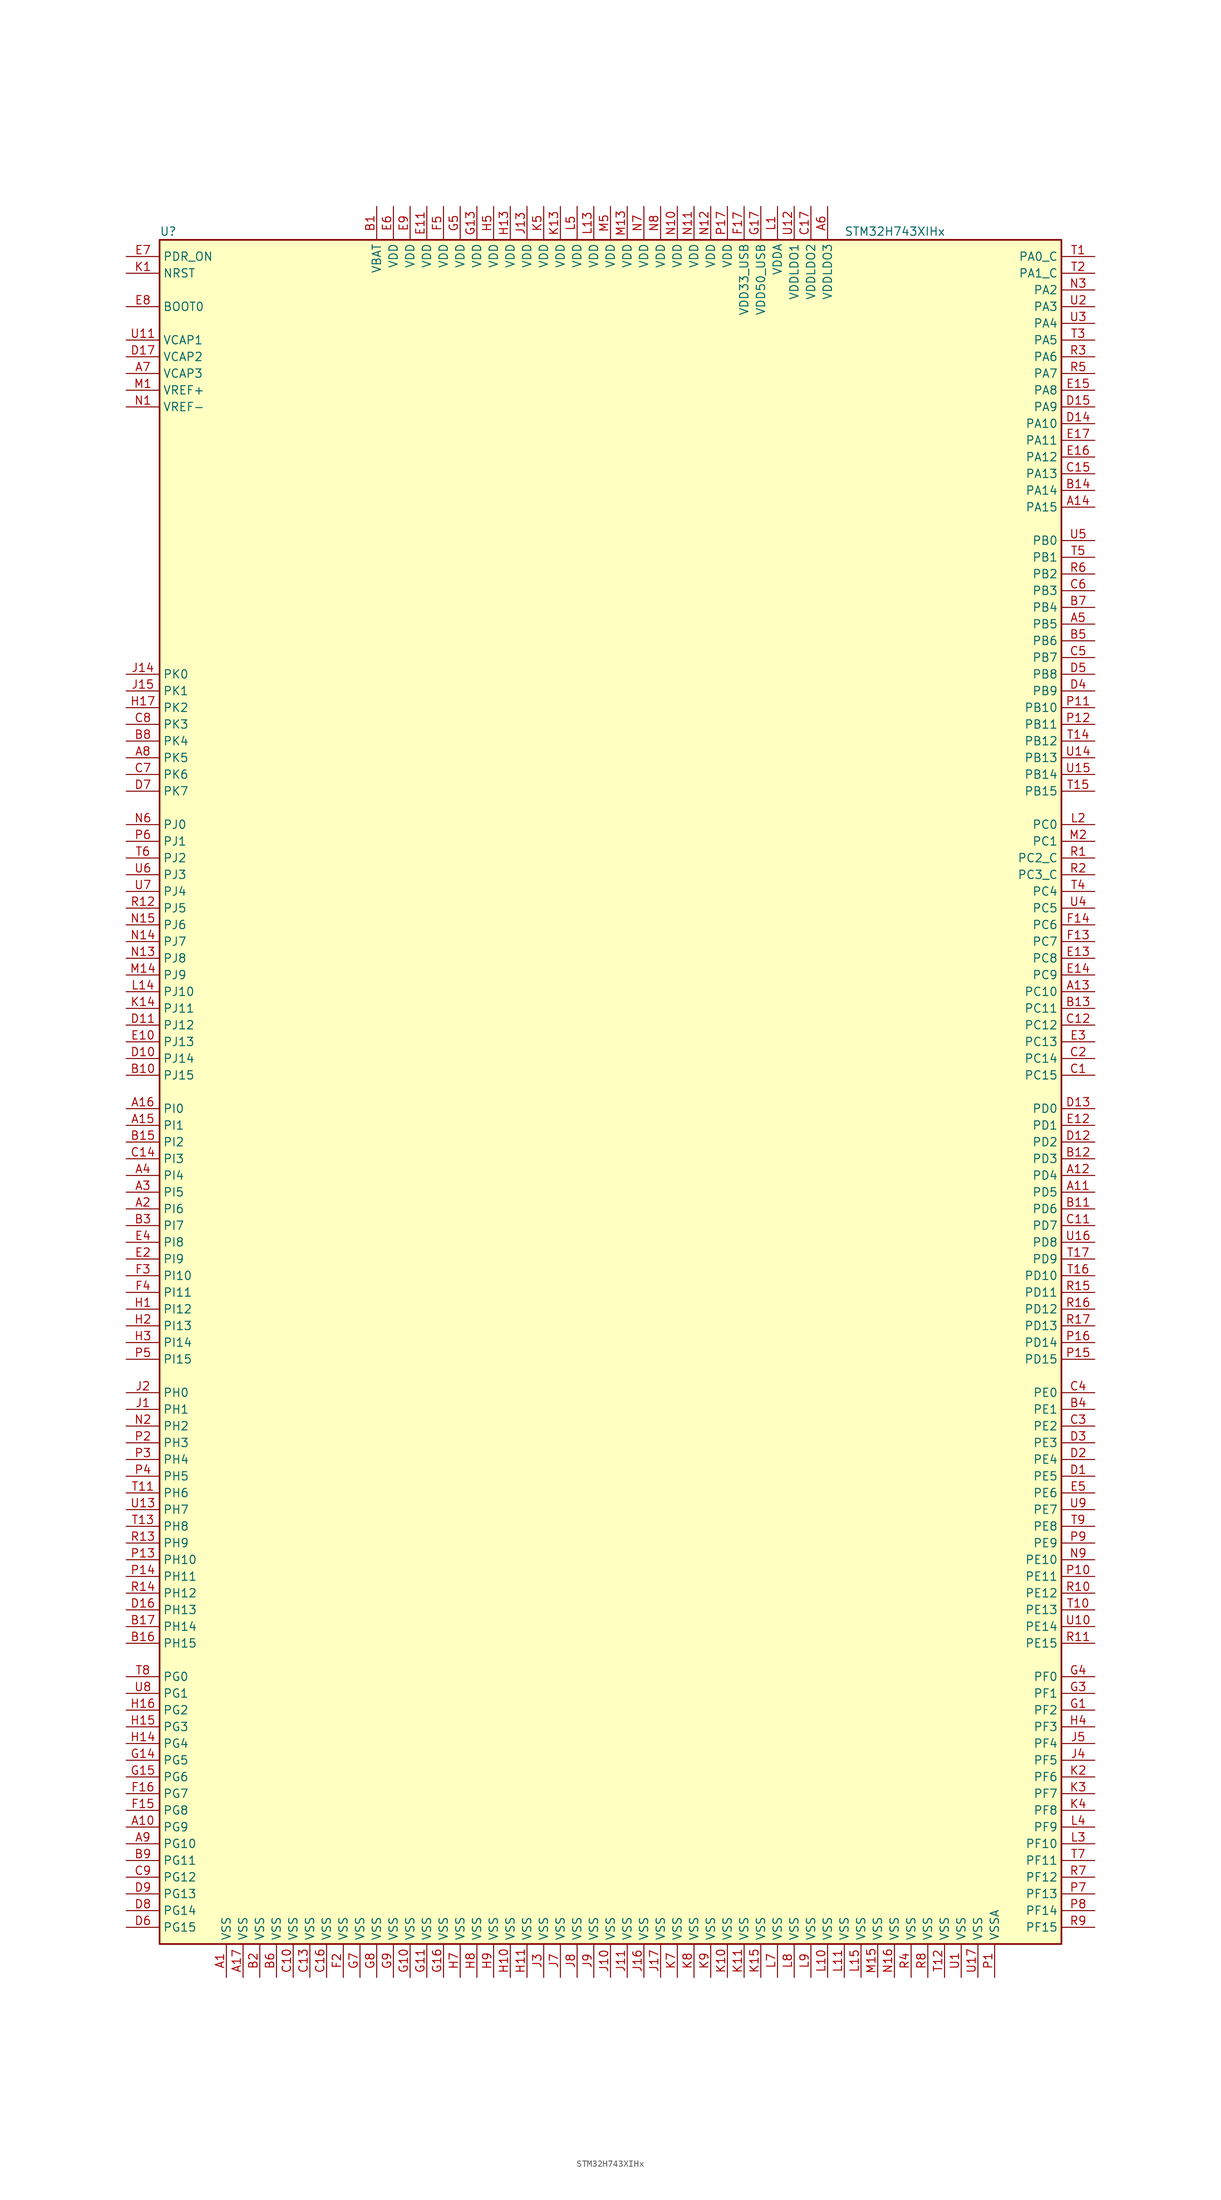
<source format=kicad_sym>
(kicad_symbol_lib
  (version 20200908)
  (generator kicad_symbol_editor)
  (symbol "MCU_ST_STM32H7:STM32H743XIHx"
    (property "Reference" "U"
      (at -68.58 130.81 0)
      (effects (font (size 1.27 1.27)) (justify left)))
    (property "Value" "STM32H743XIHx"
      (at 35.56 130.81 0)
      (effects (font (size 1.27 1.27)) (justify left)))
    (symbol "STM32H743XIHx_0_1"
      (rectangle (start -68.58 -129.54) (end 68.58 129.54) (stroke (width 0.254)) (fill (type background))))
    (symbol "STM32H743XIHx_1_1"
      (pin input line (at -73.66 119.38 0) (length 5.08) (name "BOOT0" (effects (font (size 1.27 1.27)))) (number "E8" (effects (font (size 1.27 1.27)))))
      (pin unconnected line (at -68.58 -127 0) (length 5.08) hide (name "NC" (effects (font (size 1.27 1.27)))) (number "E1" (effects (font (size 1.27 1.27)))))
      (pin unconnected line (at -68.58 -124.46 0) (length 5.08) hide (name "NC" (effects (font (size 1.27 1.27)))) (number "F1" (effects (font (size 1.27 1.27)))))
      (pin unconnected line (at -68.58 -121.92 0) (length 5.08) hide (name "NC" (effects (font (size 1.27 1.27)))) (number "G2" (effects (font (size 1.27 1.27)))))
      (pin unconnected line (at -68.58 -119.38 0) (length 5.08) hide (name "NC" (effects (font (size 1.27 1.27)))) (number "K16" (effects (font (size 1.27 1.27)))))
      (pin unconnected line (at -68.58 -116.84 0) (length 5.08) hide (name "NC" (effects (font (size 1.27 1.27)))) (number "K17" (effects (font (size 1.27 1.27)))))
      (pin unconnected line (at -68.58 -114.3 0) (length 5.08) hide (name "NC" (effects (font (size 1.27 1.27)))) (number "L16" (effects (font (size 1.27 1.27)))))
      (pin unconnected line (at -68.58 -111.76 0) (length 5.08) hide (name "NC" (effects (font (size 1.27 1.27)))) (number "L17" (effects (font (size 1.27 1.27)))))
      (pin unconnected line (at -68.58 -109.22 0) (length 5.08) hide (name "NC" (effects (font (size 1.27 1.27)))) (number "M16" (effects (font (size 1.27 1.27)))))
      (pin unconnected line (at -68.58 -106.68 0) (length 5.08) hide (name "NC" (effects (font (size 1.27 1.27)))) (number "M17" (effects (font (size 1.27 1.27)))))
      (pin unconnected line (at -68.58 -104.14 0) (length 5.08) hide (name "NC" (effects (font (size 1.27 1.27)))) (number "N17" (effects (font (size 1.27 1.27)))))
      (pin input line (at -73.66 124.46 0) (length 5.08) (name "NRST" (effects (font (size 1.27 1.27)))) (number "K1" (effects (font (size 1.27 1.27)))))
      (pin bidirectional line (at 73.66 127 180) (length 5.08) (name "PA0_C" (effects (font (size 1.27 1.27)))) (number "T1" (effects (font (size 1.27 1.27)))))
      (pin bidirectional line (at 73.66 101.6 180) (length 5.08) (name "PA10" (effects (font (size 1.27 1.27)))) (number "D14" (effects (font (size 1.27 1.27)))))
      (pin bidirectional line (at 73.66 99.06 180) (length 5.08) (name "PA11" (effects (font (size 1.27 1.27)))) (number "E17" (effects (font (size 1.27 1.27)))))
      (pin bidirectional line (at 73.66 96.52 180) (length 5.08) (name "PA12" (effects (font (size 1.27 1.27)))) (number "E16" (effects (font (size 1.27 1.27)))))
      (pin bidirectional line (at 73.66 93.98 180) (length 5.08) (name "PA13" (effects (font (size 1.27 1.27)))) (number "C15" (effects (font (size 1.27 1.27)))))
      (pin bidirectional line (at 73.66 91.44 180) (length 5.08) (name "PA14" (effects (font (size 1.27 1.27)))) (number "B14" (effects (font (size 1.27 1.27)))))
      (pin bidirectional line (at 73.66 88.9 180) (length 5.08) (name "PA15" (effects (font (size 1.27 1.27)))) (number "A14" (effects (font (size 1.27 1.27)))))
      (pin bidirectional line (at 73.66 124.46 180) (length 5.08) (name "PA1_C" (effects (font (size 1.27 1.27)))) (number "T2" (effects (font (size 1.27 1.27)))))
      (pin bidirectional line (at 73.66 121.92 180) (length 5.08) (name "PA2" (effects (font (size 1.27 1.27)))) (number "N3" (effects (font (size 1.27 1.27)))))
      (pin bidirectional line (at 73.66 119.38 180) (length 5.08) (name "PA3" (effects (font (size 1.27 1.27)))) (number "U2" (effects (font (size 1.27 1.27)))))
      (pin bidirectional line (at 73.66 116.84 180) (length 5.08) (name "PA4" (effects (font (size 1.27 1.27)))) (number "U3" (effects (font (size 1.27 1.27)))))
      (pin bidirectional line (at 73.66 114.3 180) (length 5.08) (name "PA5" (effects (font (size 1.27 1.27)))) (number "T3" (effects (font (size 1.27 1.27)))))
      (pin bidirectional line (at 73.66 111.76 180) (length 5.08) (name "PA6" (effects (font (size 1.27 1.27)))) (number "R3" (effects (font (size 1.27 1.27)))))
      (pin bidirectional line (at 73.66 109.22 180) (length 5.08) (name "PA7" (effects (font (size 1.27 1.27)))) (number "R5" (effects (font (size 1.27 1.27)))))
      (pin bidirectional line (at 73.66 106.68 180) (length 5.08) (name "PA8" (effects (font (size 1.27 1.27)))) (number "E15" (effects (font (size 1.27 1.27)))))
      (pin bidirectional line (at 73.66 104.14 180) (length 5.08) (name "PA9" (effects (font (size 1.27 1.27)))) (number "D15" (effects (font (size 1.27 1.27)))))
      (pin bidirectional line (at 73.66 83.82 180) (length 5.08) (name "PB0" (effects (font (size 1.27 1.27)))) (number "U5" (effects (font (size 1.27 1.27)))))
      (pin bidirectional line (at 73.66 81.28 180) (length 5.08) (name "PB1" (effects (font (size 1.27 1.27)))) (number "T5" (effects (font (size 1.27 1.27)))))
      (pin bidirectional line (at 73.66 58.42 180) (length 5.08) (name "PB10" (effects (font (size 1.27 1.27)))) (number "P11" (effects (font (size 1.27 1.27)))))
      (pin bidirectional line (at 73.66 55.88 180) (length 5.08) (name "PB11" (effects (font (size 1.27 1.27)))) (number "P12" (effects (font (size 1.27 1.27)))))
      (pin bidirectional line (at 73.66 53.34 180) (length 5.08) (name "PB12" (effects (font (size 1.27 1.27)))) (number "T14" (effects (font (size 1.27 1.27)))))
      (pin bidirectional line (at 73.66 50.8 180) (length 5.08) (name "PB13" (effects (font (size 1.27 1.27)))) (number "U14" (effects (font (size 1.27 1.27)))))
      (pin bidirectional line (at 73.66 48.26 180) (length 5.08) (name "PB14" (effects (font (size 1.27 1.27)))) (number "U15" (effects (font (size 1.27 1.27)))))
      (pin bidirectional line (at 73.66 45.72 180) (length 5.08) (name "PB15" (effects (font (size 1.27 1.27)))) (number "T15" (effects (font (size 1.27 1.27)))))
      (pin bidirectional line (at 73.66 78.74 180) (length 5.08) (name "PB2" (effects (font (size 1.27 1.27)))) (number "R6" (effects (font (size 1.27 1.27)))))
      (pin bidirectional line (at 73.66 76.2 180) (length 5.08) (name "PB3" (effects (font (size 1.27 1.27)))) (number "C6" (effects (font (size 1.27 1.27)))))
      (pin bidirectional line (at 73.66 73.66 180) (length 5.08) (name "PB4" (effects (font (size 1.27 1.27)))) (number "B7" (effects (font (size 1.27 1.27)))))
      (pin bidirectional line (at 73.66 71.12 180) (length 5.08) (name "PB5" (effects (font (size 1.27 1.27)))) (number "A5" (effects (font (size 1.27 1.27)))))
      (pin bidirectional line (at 73.66 68.58 180) (length 5.08) (name "PB6" (effects (font (size 1.27 1.27)))) (number "B5" (effects (font (size 1.27 1.27)))))
      (pin bidirectional line (at 73.66 66.04 180) (length 5.08) (name "PB7" (effects (font (size 1.27 1.27)))) (number "C5" (effects (font (size 1.27 1.27)))))
      (pin bidirectional line (at 73.66 63.5 180) (length 5.08) (name "PB8" (effects (font (size 1.27 1.27)))) (number "D5" (effects (font (size 1.27 1.27)))))
      (pin bidirectional line (at 73.66 60.96 180) (length 5.08) (name "PB9" (effects (font (size 1.27 1.27)))) (number "D4" (effects (font (size 1.27 1.27)))))
      (pin bidirectional line (at 73.66 40.64 180) (length 5.08) (name "PC0" (effects (font (size 1.27 1.27)))) (number "L2" (effects (font (size 1.27 1.27)))))
      (pin bidirectional line (at 73.66 38.1 180) (length 5.08) (name "PC1" (effects (font (size 1.27 1.27)))) (number "M2" (effects (font (size 1.27 1.27)))))
      (pin bidirectional line (at 73.66 15.24 180) (length 5.08) (name "PC10" (effects (font (size 1.27 1.27)))) (number "A13" (effects (font (size 1.27 1.27)))))
      (pin bidirectional line (at 73.66 12.7 180) (length 5.08) (name "PC11" (effects (font (size 1.27 1.27)))) (number "B13" (effects (font (size 1.27 1.27)))))
      (pin bidirectional line (at 73.66 10.16 180) (length 5.08) (name "PC12" (effects (font (size 1.27 1.27)))) (number "C12" (effects (font (size 1.27 1.27)))))
      (pin bidirectional line (at 73.66 7.62 180) (length 5.08) (name "PC13" (effects (font (size 1.27 1.27)))) (number "E3" (effects (font (size 1.27 1.27)))))
      (pin bidirectional line (at 73.66 5.08 180) (length 5.08) (name "PC14" (effects (font (size 1.27 1.27)))) (number "C2" (effects (font (size 1.27 1.27)))))
      (pin bidirectional line (at 73.66 2.54 180) (length 5.08) (name "PC15" (effects (font (size 1.27 1.27)))) (number "C1" (effects (font (size 1.27 1.27)))))
      (pin bidirectional line (at 73.66 35.56 180) (length 5.08) (name "PC2_C" (effects (font (size 1.27 1.27)))) (number "R1" (effects (font (size 1.27 1.27)))))
      (pin bidirectional line (at 73.66 33.02 180) (length 5.08) (name "PC3_C" (effects (font (size 1.27 1.27)))) (number "R2" (effects (font (size 1.27 1.27)))))
      (pin bidirectional line (at 73.66 30.48 180) (length 5.08) (name "PC4" (effects (font (size 1.27 1.27)))) (number "T4" (effects (font (size 1.27 1.27)))))
      (pin bidirectional line (at 73.66 27.94 180) (length 5.08) (name "PC5" (effects (font (size 1.27 1.27)))) (number "U4" (effects (font (size 1.27 1.27)))))
      (pin bidirectional line (at 73.66 25.4 180) (length 5.08) (name "PC6" (effects (font (size 1.27 1.27)))) (number "F14" (effects (font (size 1.27 1.27)))))
      (pin bidirectional line (at 73.66 22.86 180) (length 5.08) (name "PC7" (effects (font (size 1.27 1.27)))) (number "F13" (effects (font (size 1.27 1.27)))))
      (pin bidirectional line (at 73.66 20.32 180) (length 5.08) (name "PC8" (effects (font (size 1.27 1.27)))) (number "E13" (effects (font (size 1.27 1.27)))))
      (pin bidirectional line (at 73.66 17.78 180) (length 5.08) (name "PC9" (effects (font (size 1.27 1.27)))) (number "E14" (effects (font (size 1.27 1.27)))))
      (pin bidirectional line (at 73.66 -2.54 180) (length 5.08) (name "PD0" (effects (font (size 1.27 1.27)))) (number "D13" (effects (font (size 1.27 1.27)))))
      (pin bidirectional line (at 73.66 -5.08 180) (length 5.08) (name "PD1" (effects (font (size 1.27 1.27)))) (number "E12" (effects (font (size 1.27 1.27)))))
      (pin bidirectional line (at 73.66 -27.94 180) (length 5.08) (name "PD10" (effects (font (size 1.27 1.27)))) (number "T16" (effects (font (size 1.27 1.27)))))
      (pin bidirectional line (at 73.66 -30.48 180) (length 5.08) (name "PD11" (effects (font (size 1.27 1.27)))) (number "R15" (effects (font (size 1.27 1.27)))))
      (pin bidirectional line (at 73.66 -33.02 180) (length 5.08) (name "PD12" (effects (font (size 1.27 1.27)))) (number "R16" (effects (font (size 1.27 1.27)))))
      (pin bidirectional line (at 73.66 -35.56 180) (length 5.08) (name "PD13" (effects (font (size 1.27 1.27)))) (number "R17" (effects (font (size 1.27 1.27)))))
      (pin bidirectional line (at 73.66 -38.1 180) (length 5.08) (name "PD14" (effects (font (size 1.27 1.27)))) (number "P16" (effects (font (size 1.27 1.27)))))
      (pin bidirectional line (at 73.66 -40.64 180) (length 5.08) (name "PD15" (effects (font (size 1.27 1.27)))) (number "P15" (effects (font (size 1.27 1.27)))))
      (pin bidirectional line (at 73.66 -7.62 180) (length 5.08) (name "PD2" (effects (font (size 1.27 1.27)))) (number "D12" (effects (font (size 1.27 1.27)))))
      (pin bidirectional line (at 73.66 -10.16 180) (length 5.08) (name "PD3" (effects (font (size 1.27 1.27)))) (number "B12" (effects (font (size 1.27 1.27)))))
      (pin bidirectional line (at 73.66 -12.7 180) (length 5.08) (name "PD4" (effects (font (size 1.27 1.27)))) (number "A12" (effects (font (size 1.27 1.27)))))
      (pin bidirectional line (at 73.66 -15.24 180) (length 5.08) (name "PD5" (effects (font (size 1.27 1.27)))) (number "A11" (effects (font (size 1.27 1.27)))))
      (pin bidirectional line (at 73.66 -17.78 180) (length 5.08) (name "PD6" (effects (font (size 1.27 1.27)))) (number "B11" (effects (font (size 1.27 1.27)))))
      (pin bidirectional line (at 73.66 -20.32 180) (length 5.08) (name "PD7" (effects (font (size 1.27 1.27)))) (number "C11" (effects (font (size 1.27 1.27)))))
      (pin bidirectional line (at 73.66 -22.86 180) (length 5.08) (name "PD8" (effects (font (size 1.27 1.27)))) (number "U16" (effects (font (size 1.27 1.27)))))
      (pin bidirectional line (at 73.66 -25.4 180) (length 5.08) (name "PD9" (effects (font (size 1.27 1.27)))) (number "T17" (effects (font (size 1.27 1.27)))))
      (pin input line (at -73.66 127 0) (length 5.08) (name "PDR_ON" (effects (font (size 1.27 1.27)))) (number "E7" (effects (font (size 1.27 1.27)))))
      (pin bidirectional line (at 73.66 -45.72 180) (length 5.08) (name "PE0" (effects (font (size 1.27 1.27)))) (number "C4" (effects (font (size 1.27 1.27)))))
      (pin bidirectional line (at 73.66 -48.26 180) (length 5.08) (name "PE1" (effects (font (size 1.27 1.27)))) (number "B4" (effects (font (size 1.27 1.27)))))
      (pin bidirectional line (at 73.66 -71.12 180) (length 5.08) (name "PE10" (effects (font (size 1.27 1.27)))) (number "N9" (effects (font (size 1.27 1.27)))))
      (pin bidirectional line (at 73.66 -73.66 180) (length 5.08) (name "PE11" (effects (font (size 1.27 1.27)))) (number "P10" (effects (font (size 1.27 1.27)))))
      (pin bidirectional line (at 73.66 -76.2 180) (length 5.08) (name "PE12" (effects (font (size 1.27 1.27)))) (number "R10" (effects (font (size 1.27 1.27)))))
      (pin bidirectional line (at 73.66 -78.74 180) (length 5.08) (name "PE13" (effects (font (size 1.27 1.27)))) (number "T10" (effects (font (size 1.27 1.27)))))
      (pin bidirectional line (at 73.66 -81.28 180) (length 5.08) (name "PE14" (effects (font (size 1.27 1.27)))) (number "U10" (effects (font (size 1.27 1.27)))))
      (pin bidirectional line (at 73.66 -83.82 180) (length 5.08) (name "PE15" (effects (font (size 1.27 1.27)))) (number "R11" (effects (font (size 1.27 1.27)))))
      (pin bidirectional line (at 73.66 -50.8 180) (length 5.08) (name "PE2" (effects (font (size 1.27 1.27)))) (number "C3" (effects (font (size 1.27 1.27)))))
      (pin bidirectional line (at 73.66 -53.34 180) (length 5.08) (name "PE3" (effects (font (size 1.27 1.27)))) (number "D3" (effects (font (size 1.27 1.27)))))
      (pin bidirectional line (at 73.66 -55.88 180) (length 5.08) (name "PE4" (effects (font (size 1.27 1.27)))) (number "D2" (effects (font (size 1.27 1.27)))))
      (pin bidirectional line (at 73.66 -58.42 180) (length 5.08) (name "PE5" (effects (font (size 1.27 1.27)))) (number "D1" (effects (font (size 1.27 1.27)))))
      (pin bidirectional line (at 73.66 -60.96 180) (length 5.08) (name "PE6" (effects (font (size 1.27 1.27)))) (number "E5" (effects (font (size 1.27 1.27)))))
      (pin bidirectional line (at 73.66 -63.5 180) (length 5.08) (name "PE7" (effects (font (size 1.27 1.27)))) (number "U9" (effects (font (size 1.27 1.27)))))
      (pin bidirectional line (at 73.66 -66.04 180) (length 5.08) (name "PE8" (effects (font (size 1.27 1.27)))) (number "T9" (effects (font (size 1.27 1.27)))))
      (pin bidirectional line (at 73.66 -68.58 180) (length 5.08) (name "PE9" (effects (font (size 1.27 1.27)))) (number "P9" (effects (font (size 1.27 1.27)))))
      (pin bidirectional line (at 73.66 -88.9 180) (length 5.08) (name "PF0" (effects (font (size 1.27 1.27)))) (number "G4" (effects (font (size 1.27 1.27)))))
      (pin bidirectional line (at 73.66 -91.44 180) (length 5.08) (name "PF1" (effects (font (size 1.27 1.27)))) (number "G3" (effects (font (size 1.27 1.27)))))
      (pin bidirectional line (at 73.66 -114.3 180) (length 5.08) (name "PF10" (effects (font (size 1.27 1.27)))) (number "L3" (effects (font (size 1.27 1.27)))))
      (pin bidirectional line (at 73.66 -116.84 180) (length 5.08) (name "PF11" (effects (font (size 1.27 1.27)))) (number "T7" (effects (font (size 1.27 1.27)))))
      (pin bidirectional line (at 73.66 -119.38 180) (length 5.08) (name "PF12" (effects (font (size 1.27 1.27)))) (number "R7" (effects (font (size 1.27 1.27)))))
      (pin bidirectional line (at 73.66 -121.92 180) (length 5.08) (name "PF13" (effects (font (size 1.27 1.27)))) (number "P7" (effects (font (size 1.27 1.27)))))
      (pin bidirectional line (at 73.66 -124.46 180) (length 5.08) (name "PF14" (effects (font (size 1.27 1.27)))) (number "P8" (effects (font (size 1.27 1.27)))))
      (pin bidirectional line (at 73.66 -127 180) (length 5.08) (name "PF15" (effects (font (size 1.27 1.27)))) (number "R9" (effects (font (size 1.27 1.27)))))
      (pin bidirectional line (at 73.66 -93.98 180) (length 5.08) (name "PF2" (effects (font (size 1.27 1.27)))) (number "G1" (effects (font (size 1.27 1.27)))))
      (pin bidirectional line (at 73.66 -96.52 180) (length 5.08) (name "PF3" (effects (font (size 1.27 1.27)))) (number "H4" (effects (font (size 1.27 1.27)))))
      (pin bidirectional line (at 73.66 -99.06 180) (length 5.08) (name "PF4" (effects (font (size 1.27 1.27)))) (number "J5" (effects (font (size 1.27 1.27)))))
      (pin bidirectional line (at 73.66 -101.6 180) (length 5.08) (name "PF5" (effects (font (size 1.27 1.27)))) (number "J4" (effects (font (size 1.27 1.27)))))
      (pin bidirectional line (at 73.66 -104.14 180) (length 5.08) (name "PF6" (effects (font (size 1.27 1.27)))) (number "K2" (effects (font (size 1.27 1.27)))))
      (pin bidirectional line (at 73.66 -106.68 180) (length 5.08) (name "PF7" (effects (font (size 1.27 1.27)))) (number "K3" (effects (font (size 1.27 1.27)))))
      (pin bidirectional line (at 73.66 -109.22 180) (length 5.08) (name "PF8" (effects (font (size 1.27 1.27)))) (number "K4" (effects (font (size 1.27 1.27)))))
      (pin bidirectional line (at 73.66 -111.76 180) (length 5.08) (name "PF9" (effects (font (size 1.27 1.27)))) (number "L4" (effects (font (size 1.27 1.27)))))
      (pin bidirectional line (at -73.66 -88.9 0) (length 5.08) (name "PG0" (effects (font (size 1.27 1.27)))) (number "T8" (effects (font (size 1.27 1.27)))))
      (pin bidirectional line (at -73.66 -91.44 0) (length 5.08) (name "PG1" (effects (font (size 1.27 1.27)))) (number "U8" (effects (font (size 1.27 1.27)))))
      (pin bidirectional line (at -73.66 -114.3 0) (length 5.08) (name "PG10" (effects (font (size 1.27 1.27)))) (number "A9" (effects (font (size 1.27 1.27)))))
      (pin bidirectional line (at -73.66 -116.84 0) (length 5.08) (name "PG11" (effects (font (size 1.27 1.27)))) (number "B9" (effects (font (size 1.27 1.27)))))
      (pin bidirectional line (at -73.66 -119.38 0) (length 5.08) (name "PG12" (effects (font (size 1.27 1.27)))) (number "C9" (effects (font (size 1.27 1.27)))))
      (pin bidirectional line (at -73.66 -121.92 0) (length 5.08) (name "PG13" (effects (font (size 1.27 1.27)))) (number "D9" (effects (font (size 1.27 1.27)))))
      (pin bidirectional line (at -73.66 -124.46 0) (length 5.08) (name "PG14" (effects (font (size 1.27 1.27)))) (number "D8" (effects (font (size 1.27 1.27)))))
      (pin bidirectional line (at -73.66 -127 0) (length 5.08) (name "PG15" (effects (font (size 1.27 1.27)))) (number "D6" (effects (font (size 1.27 1.27)))))
      (pin bidirectional line (at -73.66 -93.98 0) (length 5.08) (name "PG2" (effects (font (size 1.27 1.27)))) (number "H16" (effects (font (size 1.27 1.27)))))
      (pin bidirectional line (at -73.66 -96.52 0) (length 5.08) (name "PG3" (effects (font (size 1.27 1.27)))) (number "H15" (effects (font (size 1.27 1.27)))))
      (pin bidirectional line (at -73.66 -99.06 0) (length 5.08) (name "PG4" (effects (font (size 1.27 1.27)))) (number "H14" (effects (font (size 1.27 1.27)))))
      (pin bidirectional line (at -73.66 -101.6 0) (length 5.08) (name "PG5" (effects (font (size 1.27 1.27)))) (number "G14" (effects (font (size 1.27 1.27)))))
      (pin bidirectional line (at -73.66 -104.14 0) (length 5.08) (name "PG6" (effects (font (size 1.27 1.27)))) (number "G15" (effects (font (size 1.27 1.27)))))
      (pin bidirectional line (at -73.66 -106.68 0) (length 5.08) (name "PG7" (effects (font (size 1.27 1.27)))) (number "F16" (effects (font (size 1.27 1.27)))))
      (pin bidirectional line (at -73.66 -109.22 0) (length 5.08) (name "PG8" (effects (font (size 1.27 1.27)))) (number "F15" (effects (font (size 1.27 1.27)))))
      (pin bidirectional line (at -73.66 -111.76 0) (length 5.08) (name "PG9" (effects (font (size 1.27 1.27)))) (number "A10" (effects (font (size 1.27 1.27)))))
      (pin input line (at -73.66 -45.72 0) (length 5.08) (name "PH0" (effects (font (size 1.27 1.27)))) (number "J2" (effects (font (size 1.27 1.27)))))
      (pin input line (at -73.66 -48.26 0) (length 5.08) (name "PH1" (effects (font (size 1.27 1.27)))) (number "J1" (effects (font (size 1.27 1.27)))))
      (pin bidirectional line (at -73.66 -71.12 0) (length 5.08) (name "PH10" (effects (font (size 1.27 1.27)))) (number "P13" (effects (font (size 1.27 1.27)))))
      (pin bidirectional line (at -73.66 -73.66 0) (length 5.08) (name "PH11" (effects (font (size 1.27 1.27)))) (number "P14" (effects (font (size 1.27 1.27)))))
      (pin bidirectional line (at -73.66 -76.2 0) (length 5.08) (name "PH12" (effects (font (size 1.27 1.27)))) (number "R14" (effects (font (size 1.27 1.27)))))
      (pin bidirectional line (at -73.66 -78.74 0) (length 5.08) (name "PH13" (effects (font (size 1.27 1.27)))) (number "D16" (effects (font (size 1.27 1.27)))))
      (pin bidirectional line (at -73.66 -81.28 0) (length 5.08) (name "PH14" (effects (font (size 1.27 1.27)))) (number "B17" (effects (font (size 1.27 1.27)))))
      (pin bidirectional line (at -73.66 -83.82 0) (length 5.08) (name "PH15" (effects (font (size 1.27 1.27)))) (number "B16" (effects (font (size 1.27 1.27)))))
      (pin bidirectional line (at -73.66 -50.8 0) (length 5.08) (name "PH2" (effects (font (size 1.27 1.27)))) (number "N2" (effects (font (size 1.27 1.27)))))
      (pin bidirectional line (at -73.66 -53.34 0) (length 5.08) (name "PH3" (effects (font (size 1.27 1.27)))) (number "P2" (effects (font (size 1.27 1.27)))))
      (pin bidirectional line (at -73.66 -55.88 0) (length 5.08) (name "PH4" (effects (font (size 1.27 1.27)))) (number "P3" (effects (font (size 1.27 1.27)))))
      (pin bidirectional line (at -73.66 -58.42 0) (length 5.08) (name "PH5" (effects (font (size 1.27 1.27)))) (number "P4" (effects (font (size 1.27 1.27)))))
      (pin bidirectional line (at -73.66 -60.96 0) (length 5.08) (name "PH6" (effects (font (size 1.27 1.27)))) (number "T11" (effects (font (size 1.27 1.27)))))
      (pin bidirectional line (at -73.66 -63.5 0) (length 5.08) (name "PH7" (effects (font (size 1.27 1.27)))) (number "U13" (effects (font (size 1.27 1.27)))))
      (pin bidirectional line (at -73.66 -66.04 0) (length 5.08) (name "PH8" (effects (font (size 1.27 1.27)))) (number "T13" (effects (font (size 1.27 1.27)))))
      (pin bidirectional line (at -73.66 -68.58 0) (length 5.08) (name "PH9" (effects (font (size 1.27 1.27)))) (number "R13" (effects (font (size 1.27 1.27)))))
      (pin bidirectional line (at -73.66 -2.54 0) (length 5.08) (name "PI0" (effects (font (size 1.27 1.27)))) (number "A16" (effects (font (size 1.27 1.27)))))
      (pin bidirectional line (at -73.66 -5.08 0) (length 5.08) (name "PI1" (effects (font (size 1.27 1.27)))) (number "A15" (effects (font (size 1.27 1.27)))))
      (pin bidirectional line (at -73.66 -27.94 0) (length 5.08) (name "PI10" (effects (font (size 1.27 1.27)))) (number "F3" (effects (font (size 1.27 1.27)))))
      (pin bidirectional line (at -73.66 -30.48 0) (length 5.08) (name "PI11" (effects (font (size 1.27 1.27)))) (number "F4" (effects (font (size 1.27 1.27)))))
      (pin bidirectional line (at -73.66 -33.02 0) (length 5.08) (name "PI12" (effects (font (size 1.27 1.27)))) (number "H1" (effects (font (size 1.27 1.27)))))
      (pin bidirectional line (at -73.66 -35.56 0) (length 5.08) (name "PI13" (effects (font (size 1.27 1.27)))) (number "H2" (effects (font (size 1.27 1.27)))))
      (pin bidirectional line (at -73.66 -38.1 0) (length 5.08) (name "PI14" (effects (font (size 1.27 1.27)))) (number "H3" (effects (font (size 1.27 1.27)))))
      (pin bidirectional line (at -73.66 -40.64 0) (length 5.08) (name "PI15" (effects (font (size 1.27 1.27)))) (number "P5" (effects (font (size 1.27 1.27)))))
      (pin bidirectional line (at -73.66 -7.62 0) (length 5.08) (name "PI2" (effects (font (size 1.27 1.27)))) (number "B15" (effects (font (size 1.27 1.27)))))
      (pin bidirectional line (at -73.66 -10.16 0) (length 5.08) (name "PI3" (effects (font (size 1.27 1.27)))) (number "C14" (effects (font (size 1.27 1.27)))))
      (pin bidirectional line (at -73.66 -12.7 0) (length 5.08) (name "PI4" (effects (font (size 1.27 1.27)))) (number "A4" (effects (font (size 1.27 1.27)))))
      (pin bidirectional line (at -73.66 -15.24 0) (length 5.08) (name "PI5" (effects (font (size 1.27 1.27)))) (number "A3" (effects (font (size 1.27 1.27)))))
      (pin bidirectional line (at -73.66 -17.78 0) (length 5.08) (name "PI6" (effects (font (size 1.27 1.27)))) (number "A2" (effects (font (size 1.27 1.27)))))
      (pin bidirectional line (at -73.66 -20.32 0) (length 5.08) (name "PI7" (effects (font (size 1.27 1.27)))) (number "B3" (effects (font (size 1.27 1.27)))))
      (pin bidirectional line (at -73.66 -22.86 0) (length 5.08) (name "PI8" (effects (font (size 1.27 1.27)))) (number "E4" (effects (font (size 1.27 1.27)))))
      (pin bidirectional line (at -73.66 -25.4 0) (length 5.08) (name "PI9" (effects (font (size 1.27 1.27)))) (number "E2" (effects (font (size 1.27 1.27)))))
      (pin bidirectional line (at -73.66 40.64 0) (length 5.08) (name "PJ0" (effects (font (size 1.27 1.27)))) (number "N6" (effects (font (size 1.27 1.27)))))
      (pin bidirectional line (at -73.66 38.1 0) (length 5.08) (name "PJ1" (effects (font (size 1.27 1.27)))) (number "P6" (effects (font (size 1.27 1.27)))))
      (pin bidirectional line (at -73.66 15.24 0) (length 5.08) (name "PJ10" (effects (font (size 1.27 1.27)))) (number "L14" (effects (font (size 1.27 1.27)))))
      (pin bidirectional line (at -73.66 12.7 0) (length 5.08) (name "PJ11" (effects (font (size 1.27 1.27)))) (number "K14" (effects (font (size 1.27 1.27)))))
      (pin bidirectional line (at -73.66 10.16 0) (length 5.08) (name "PJ12" (effects (font (size 1.27 1.27)))) (number "D11" (effects (font (size 1.27 1.27)))))
      (pin bidirectional line (at -73.66 7.62 0) (length 5.08) (name "PJ13" (effects (font (size 1.27 1.27)))) (number "E10" (effects (font (size 1.27 1.27)))))
      (pin bidirectional line (at -73.66 5.08 0) (length 5.08) (name "PJ14" (effects (font (size 1.27 1.27)))) (number "D10" (effects (font (size 1.27 1.27)))))
      (pin bidirectional line (at -73.66 2.54 0) (length 5.08) (name "PJ15" (effects (font (size 1.27 1.27)))) (number "B10" (effects (font (size 1.27 1.27)))))
      (pin bidirectional line (at -73.66 35.56 0) (length 5.08) (name "PJ2" (effects (font (size 1.27 1.27)))) (number "T6" (effects (font (size 1.27 1.27)))))
      (pin bidirectional line (at -73.66 33.02 0) (length 5.08) (name "PJ3" (effects (font (size 1.27 1.27)))) (number "U6" (effects (font (size 1.27 1.27)))))
      (pin bidirectional line (at -73.66 30.48 0) (length 5.08) (name "PJ4" (effects (font (size 1.27 1.27)))) (number "U7" (effects (font (size 1.27 1.27)))))
      (pin bidirectional line (at -73.66 27.94 0) (length 5.08) (name "PJ5" (effects (font (size 1.27 1.27)))) (number "R12" (effects (font (size 1.27 1.27)))))
      (pin bidirectional line (at -73.66 25.4 0) (length 5.08) (name "PJ6" (effects (font (size 1.27 1.27)))) (number "N15" (effects (font (size 1.27 1.27)))))
      (pin bidirectional line (at -73.66 22.86 0) (length 5.08) (name "PJ7" (effects (font (size 1.27 1.27)))) (number "N14" (effects (font (size 1.27 1.27)))))
      (pin bidirectional line (at -73.66 20.32 0) (length 5.08) (name "PJ8" (effects (font (size 1.27 1.27)))) (number "N13" (effects (font (size 1.27 1.27)))))
      (pin bidirectional line (at -73.66 17.78 0) (length 5.08) (name "PJ9" (effects (font (size 1.27 1.27)))) (number "M14" (effects (font (size 1.27 1.27)))))
      (pin bidirectional line (at -73.66 63.5 0) (length 5.08) (name "PK0" (effects (font (size 1.27 1.27)))) (number "J14" (effects (font (size 1.27 1.27)))))
      (pin bidirectional line (at -73.66 60.96 0) (length 5.08) (name "PK1" (effects (font (size 1.27 1.27)))) (number "J15" (effects (font (size 1.27 1.27)))))
      (pin bidirectional line (at -73.66 58.42 0) (length 5.08) (name "PK2" (effects (font (size 1.27 1.27)))) (number "H17" (effects (font (size 1.27 1.27)))))
      (pin bidirectional line (at -73.66 55.88 0) (length 5.08) (name "PK3" (effects (font (size 1.27 1.27)))) (number "C8" (effects (font (size 1.27 1.27)))))
      (pin bidirectional line (at -73.66 53.34 0) (length 5.08) (name "PK4" (effects (font (size 1.27 1.27)))) (number "B8" (effects (font (size 1.27 1.27)))))
      (pin bidirectional line (at -73.66 50.8 0) (length 5.08) (name "PK5" (effects (font (size 1.27 1.27)))) (number "A8" (effects (font (size 1.27 1.27)))))
      (pin bidirectional line (at -73.66 48.26 0) (length 5.08) (name "PK6" (effects (font (size 1.27 1.27)))) (number "C7" (effects (font (size 1.27 1.27)))))
      (pin bidirectional line (at -73.66 45.72 0) (length 5.08) (name "PK7" (effects (font (size 1.27 1.27)))) (number "D7" (effects (font (size 1.27 1.27)))))
      (pin power_in line (at -35.56 134.62 270) (length 5.08) (name "VBAT" (effects (font (size 1.27 1.27)))) (number "B1" (effects (font (size 1.27 1.27)))))
      (pin power_in line (at -73.66 114.3 0) (length 5.08) (name "VCAP1" (effects (font (size 1.27 1.27)))) (number "U11" (effects (font (size 1.27 1.27)))))
      (pin power_in line (at -73.66 111.76 0) (length 5.08) (name "VCAP2" (effects (font (size 1.27 1.27)))) (number "D17" (effects (font (size 1.27 1.27)))))
      (pin power_in line (at -73.66 109.22 0) (length 5.08) (name "VCAP3" (effects (font (size 1.27 1.27)))) (number "A7" (effects (font (size 1.27 1.27)))))
      (pin power_in line (at -27.94 134.62 270) (length 5.08) (name "VDD" (effects (font (size 1.27 1.27)))) (number "E11" (effects (font (size 1.27 1.27)))))
      (pin power_in line (at -33.02 134.62 270) (length 5.08) (name "VDD" (effects (font (size 1.27 1.27)))) (number "E6" (effects (font (size 1.27 1.27)))))
      (pin power_in line (at -30.48 134.62 270) (length 5.08) (name "VDD" (effects (font (size 1.27 1.27)))) (number "E9" (effects (font (size 1.27 1.27)))))
      (pin power_in line (at -25.4 134.62 270) (length 5.08) (name "VDD" (effects (font (size 1.27 1.27)))) (number "F5" (effects (font (size 1.27 1.27)))))
      (pin power_in line (at -20.32 134.62 270) (length 5.08) (name "VDD" (effects (font (size 1.27 1.27)))) (number "G13" (effects (font (size 1.27 1.27)))))
      (pin power_in line (at -22.86 134.62 270) (length 5.08) (name "VDD" (effects (font (size 1.27 1.27)))) (number "G5" (effects (font (size 1.27 1.27)))))
      (pin power_in line (at -15.24 134.62 270) (length 5.08) (name "VDD" (effects (font (size 1.27 1.27)))) (number "H13" (effects (font (size 1.27 1.27)))))
      (pin power_in line (at -17.78 134.62 270) (length 5.08) (name "VDD" (effects (font (size 1.27 1.27)))) (number "H5" (effects (font (size 1.27 1.27)))))
      (pin power_in line (at -12.7 134.62 270) (length 5.08) (name "VDD" (effects (font (size 1.27 1.27)))) (number "J13" (effects (font (size 1.27 1.27)))))
      (pin power_in line (at -7.62 134.62 270) (length 5.08) (name "VDD" (effects (font (size 1.27 1.27)))) (number "K13" (effects (font (size 1.27 1.27)))))
      (pin power_in line (at -10.16 134.62 270) (length 5.08) (name "VDD" (effects (font (size 1.27 1.27)))) (number "K5" (effects (font (size 1.27 1.27)))))
      (pin power_in line (at -2.54 134.62 270) (length 5.08) (name "VDD" (effects (font (size 1.27 1.27)))) (number "L13" (effects (font (size 1.27 1.27)))))
      (pin power_in line (at -5.08 134.62 270) (length 5.08) (name "VDD" (effects (font (size 1.27 1.27)))) (number "L5" (effects (font (size 1.27 1.27)))))
      (pin power_in line (at 2.54 134.62 270) (length 5.08) (name "VDD" (effects (font (size 1.27 1.27)))) (number "M13" (effects (font (size 1.27 1.27)))))
      (pin power_in line (at 0 134.62 270) (length 5.08) (name "VDD" (effects (font (size 1.27 1.27)))) (number "M5" (effects (font (size 1.27 1.27)))))
      (pin power_in line (at 10.16 134.62 270) (length 5.08) (name "VDD" (effects (font (size 1.27 1.27)))) (number "N10" (effects (font (size 1.27 1.27)))))
      (pin power_in line (at 12.7 134.62 270) (length 5.08) (name "VDD" (effects (font (size 1.27 1.27)))) (number "N11" (effects (font (size 1.27 1.27)))))
      (pin power_in line (at 15.24 134.62 270) (length 5.08) (name "VDD" (effects (font (size 1.27 1.27)))) (number "N12" (effects (font (size 1.27 1.27)))))
      (pin power_in line (at 5.08 134.62 270) (length 5.08) (name "VDD" (effects (font (size 1.27 1.27)))) (number "N7" (effects (font (size 1.27 1.27)))))
      (pin power_in line (at 7.62 134.62 270) (length 5.08) (name "VDD" (effects (font (size 1.27 1.27)))) (number "N8" (effects (font (size 1.27 1.27)))))
      (pin power_in line (at 17.78 134.62 270) (length 5.08) (name "VDD" (effects (font (size 1.27 1.27)))) (number "P17" (effects (font (size 1.27 1.27)))))
      (pin power_in line (at 20.32 134.62 270) (length 5.08) (name "VDD33_USB" (effects (font (size 1.27 1.27)))) (number "F17" (effects (font (size 1.27 1.27)))))
      (pin power_in line (at 22.86 134.62 270) (length 5.08) (name "VDD50_USB" (effects (font (size 1.27 1.27)))) (number "G17" (effects (font (size 1.27 1.27)))))
      (pin power_in line (at 25.4 134.62 270) (length 5.08) (name "VDDA" (effects (font (size 1.27 1.27)))) (number "L1" (effects (font (size 1.27 1.27)))))
      (pin power_in line (at 27.94 134.62 270) (length 5.08) (name "VDDLDO1" (effects (font (size 1.27 1.27)))) (number "U12" (effects (font (size 1.27 1.27)))))
      (pin power_in line (at 30.48 134.62 270) (length 5.08) (name "VDDLDO2" (effects (font (size 1.27 1.27)))) (number "C17" (effects (font (size 1.27 1.27)))))
      (pin power_in line (at 33.02 134.62 270) (length 5.08) (name "VDDLDO3" (effects (font (size 1.27 1.27)))) (number "A6" (effects (font (size 1.27 1.27)))))
      (pin bidirectional line (at -73.66 106.68 0) (length 5.08) (name "VREF+" (effects (font (size 1.27 1.27)))) (number "M1" (effects (font (size 1.27 1.27)))))
      (pin power_in line (at -73.66 104.14 0) (length 5.08) (name "VREF-" (effects (font (size 1.27 1.27)))) (number "N1" (effects (font (size 1.27 1.27)))))
      (pin power_in line (at -58.42 -134.62 90) (length 5.08) (name "VSS" (effects (font (size 1.27 1.27)))) (number "A1" (effects (font (size 1.27 1.27)))))
      (pin power_in line (at -55.88 -134.62 90) (length 5.08) (name "VSS" (effects (font (size 1.27 1.27)))) (number "A17" (effects (font (size 1.27 1.27)))))
      (pin power_in line (at -53.34 -134.62 90) (length 5.08) (name "VSS" (effects (font (size 1.27 1.27)))) (number "B2" (effects (font (size 1.27 1.27)))))
      (pin power_in line (at -50.8 -134.62 90) (length 5.08) (name "VSS" (effects (font (size 1.27 1.27)))) (number "B6" (effects (font (size 1.27 1.27)))))
      (pin power_in line (at -48.26 -134.62 90) (length 5.08) (name "VSS" (effects (font (size 1.27 1.27)))) (number "C10" (effects (font (size 1.27 1.27)))))
      (pin power_in line (at -45.72 -134.62 90) (length 5.08) (name "VSS" (effects (font (size 1.27 1.27)))) (number "C13" (effects (font (size 1.27 1.27)))))
      (pin power_in line (at -43.18 -134.62 90) (length 5.08) (name "VSS" (effects (font (size 1.27 1.27)))) (number "C16" (effects (font (size 1.27 1.27)))))
      (pin power_in line (at -40.64 -134.62 90) (length 5.08) (name "VSS" (effects (font (size 1.27 1.27)))) (number "F2" (effects (font (size 1.27 1.27)))))
      (pin power_in line (at -30.48 -134.62 90) (length 5.08) (name "VSS" (effects (font (size 1.27 1.27)))) (number "G10" (effects (font (size 1.27 1.27)))))
      (pin power_in line (at -27.94 -134.62 90) (length 5.08) (name "VSS" (effects (font (size 1.27 1.27)))) (number "G11" (effects (font (size 1.27 1.27)))))
      (pin power_in line (at -25.4 -134.62 90) (length 5.08) (name "VSS" (effects (font (size 1.27 1.27)))) (number "G16" (effects (font (size 1.27 1.27)))))
      (pin power_in line (at -38.1 -134.62 90) (length 5.08) (name "VSS" (effects (font (size 1.27 1.27)))) (number "G7" (effects (font (size 1.27 1.27)))))
      (pin power_in line (at -35.56 -134.62 90) (length 5.08) (name "VSS" (effects (font (size 1.27 1.27)))) (number "G8" (effects (font (size 1.27 1.27)))))
      (pin power_in line (at -33.02 -134.62 90) (length 5.08) (name "VSS" (effects (font (size 1.27 1.27)))) (number "G9" (effects (font (size 1.27 1.27)))))
      (pin power_in line (at -15.24 -134.62 90) (length 5.08) (name "VSS" (effects (font (size 1.27 1.27)))) (number "H10" (effects (font (size 1.27 1.27)))))
      (pin power_in line (at -12.7 -134.62 90) (length 5.08) (name "VSS" (effects (font (size 1.27 1.27)))) (number "H11" (effects (font (size 1.27 1.27)))))
      (pin power_in line (at -22.86 -134.62 90) (length 5.08) (name "VSS" (effects (font (size 1.27 1.27)))) (number "H7" (effects (font (size 1.27 1.27)))))
      (pin power_in line (at -20.32 -134.62 90) (length 5.08) (name "VSS" (effects (font (size 1.27 1.27)))) (number "H8" (effects (font (size 1.27 1.27)))))
      (pin power_in line (at -17.78 -134.62 90) (length 5.08) (name "VSS" (effects (font (size 1.27 1.27)))) (number "H9" (effects (font (size 1.27 1.27)))))
      (pin power_in line (at 0 -134.62 90) (length 5.08) (name "VSS" (effects (font (size 1.27 1.27)))) (number "J10" (effects (font (size 1.27 1.27)))))
      (pin power_in line (at 2.54 -134.62 90) (length 5.08) (name "VSS" (effects (font (size 1.27 1.27)))) (number "J11" (effects (font (size 1.27 1.27)))))
      (pin power_in line (at 5.08 -134.62 90) (length 5.08) (name "VSS" (effects (font (size 1.27 1.27)))) (number "J16" (effects (font (size 1.27 1.27)))))
      (pin power_in line (at 7.62 -134.62 90) (length 5.08) (name "VSS" (effects (font (size 1.27 1.27)))) (number "J17" (effects (font (size 1.27 1.27)))))
      (pin power_in line (at -10.16 -134.62 90) (length 5.08) (name "VSS" (effects (font (size 1.27 1.27)))) (number "J3" (effects (font (size 1.27 1.27)))))
      (pin power_in line (at -7.62 -134.62 90) (length 5.08) (name "VSS" (effects (font (size 1.27 1.27)))) (number "J7" (effects (font (size 1.27 1.27)))))
      (pin power_in line (at -5.08 -134.62 90) (length 5.08) (name "VSS" (effects (font (size 1.27 1.27)))) (number "J8" (effects (font (size 1.27 1.27)))))
      (pin power_in line (at -2.54 -134.62 90) (length 5.08) (name "VSS" (effects (font (size 1.27 1.27)))) (number "J9" (effects (font (size 1.27 1.27)))))
      (pin power_in line (at 17.78 -134.62 90) (length 5.08) (name "VSS" (effects (font (size 1.27 1.27)))) (number "K10" (effects (font (size 1.27 1.27)))))
      (pin power_in line (at 20.32 -134.62 90) (length 5.08) (name "VSS" (effects (font (size 1.27 1.27)))) (number "K11" (effects (font (size 1.27 1.27)))))
      (pin power_in line (at 22.86 -134.62 90) (length 5.08) (name "VSS" (effects (font (size 1.27 1.27)))) (number "K15" (effects (font (size 1.27 1.27)))))
      (pin power_in line (at 10.16 -134.62 90) (length 5.08) (name "VSS" (effects (font (size 1.27 1.27)))) (number "K7" (effects (font (size 1.27 1.27)))))
      (pin power_in line (at 12.7 -134.62 90) (length 5.08) (name "VSS" (effects (font (size 1.27 1.27)))) (number "K8" (effects (font (size 1.27 1.27)))))
      (pin power_in line (at 15.24 -134.62 90) (length 5.08) (name "VSS" (effects (font (size 1.27 1.27)))) (number "K9" (effects (font (size 1.27 1.27)))))
      (pin power_in line (at 33.02 -134.62 90) (length 5.08) (name "VSS" (effects (font (size 1.27 1.27)))) (number "L10" (effects (font (size 1.27 1.27)))))
      (pin power_in line (at 35.56 -134.62 90) (length 5.08) (name "VSS" (effects (font (size 1.27 1.27)))) (number "L11" (effects (font (size 1.27 1.27)))))
      (pin power_in line (at 38.1 -134.62 90) (length 5.08) (name "VSS" (effects (font (size 1.27 1.27)))) (number "L15" (effects (font (size 1.27 1.27)))))
      (pin power_in line (at 25.4 -134.62 90) (length 5.08) (name "VSS" (effects (font (size 1.27 1.27)))) (number "L7" (effects (font (size 1.27 1.27)))))
      (pin power_in line (at 27.94 -134.62 90) (length 5.08) (name "VSS" (effects (font (size 1.27 1.27)))) (number "L8" (effects (font (size 1.27 1.27)))))
      (pin power_in line (at 30.48 -134.62 90) (length 5.08) (name "VSS" (effects (font (size 1.27 1.27)))) (number "L9" (effects (font (size 1.27 1.27)))))
      (pin power_in line (at 40.64 -134.62 90) (length 5.08) (name "VSS" (effects (font (size 1.27 1.27)))) (number "M15" (effects (font (size 1.27 1.27)))))
      (pin power_in line (at 43.18 -134.62 90) (length 5.08) (name "VSS" (effects (font (size 1.27 1.27)))) (number "N16" (effects (font (size 1.27 1.27)))))
      (pin power_in line (at 45.72 -134.62 90) (length 5.08) (name "VSS" (effects (font (size 1.27 1.27)))) (number "R4" (effects (font (size 1.27 1.27)))))
      (pin power_in line (at 48.26 -134.62 90) (length 5.08) (name "VSS" (effects (font (size 1.27 1.27)))) (number "R8" (effects (font (size 1.27 1.27)))))
      (pin power_in line (at 50.8 -134.62 90) (length 5.08) (name "VSS" (effects (font (size 1.27 1.27)))) (number "T12" (effects (font (size 1.27 1.27)))))
      (pin power_in line (at 53.34 -134.62 90) (length 5.08) (name "VSS" (effects (font (size 1.27 1.27)))) (number "U1" (effects (font (size 1.27 1.27)))))
      (pin power_in line (at 55.88 -134.62 90) (length 5.08) (name "VSS" (effects (font (size 1.27 1.27)))) (number "U17" (effects (font (size 1.27 1.27)))))
      (pin power_in line (at 58.42 -134.62 90) (length 5.08) (name "VSSA" (effects (font (size 1.27 1.27)))) (number "P1" (effects (font (size 1.27 1.27))))))))
</source>
